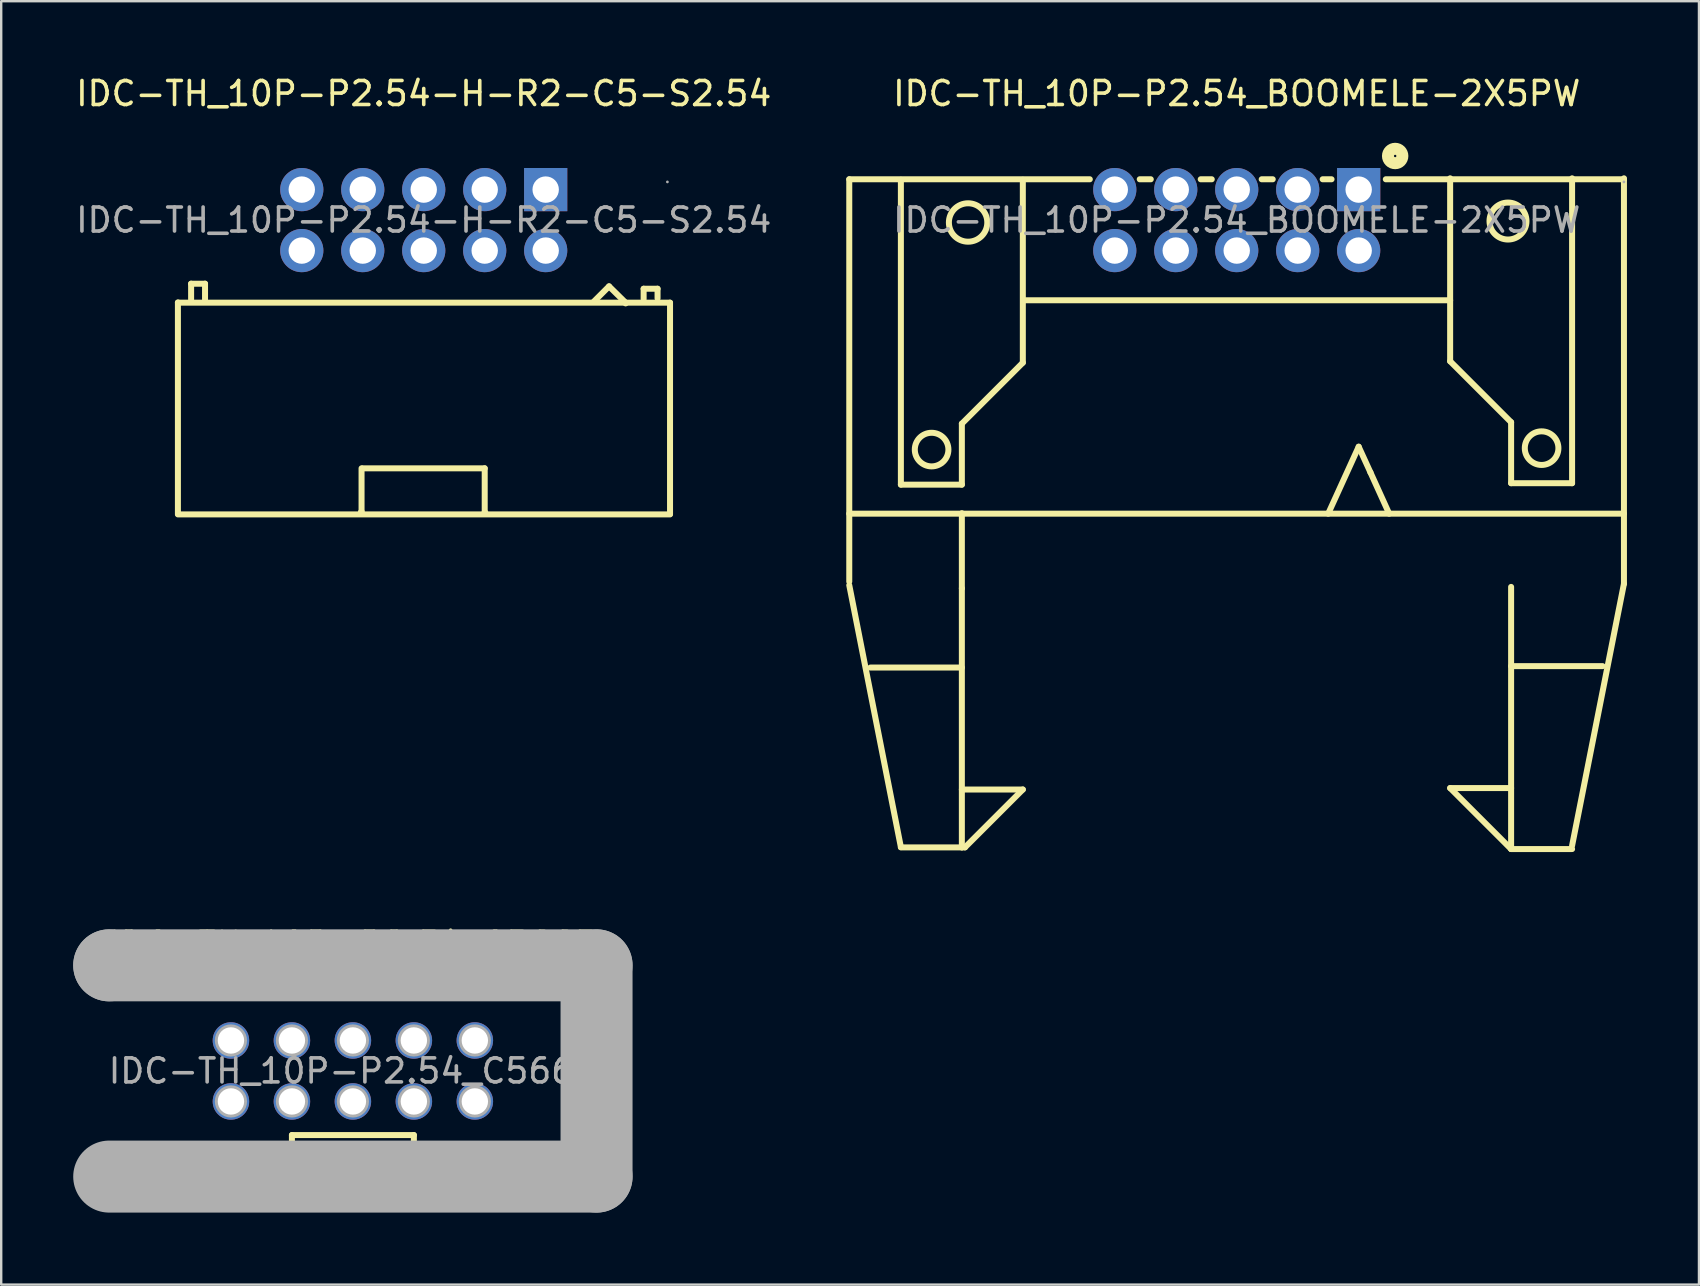
<source format=kicad_pcb>
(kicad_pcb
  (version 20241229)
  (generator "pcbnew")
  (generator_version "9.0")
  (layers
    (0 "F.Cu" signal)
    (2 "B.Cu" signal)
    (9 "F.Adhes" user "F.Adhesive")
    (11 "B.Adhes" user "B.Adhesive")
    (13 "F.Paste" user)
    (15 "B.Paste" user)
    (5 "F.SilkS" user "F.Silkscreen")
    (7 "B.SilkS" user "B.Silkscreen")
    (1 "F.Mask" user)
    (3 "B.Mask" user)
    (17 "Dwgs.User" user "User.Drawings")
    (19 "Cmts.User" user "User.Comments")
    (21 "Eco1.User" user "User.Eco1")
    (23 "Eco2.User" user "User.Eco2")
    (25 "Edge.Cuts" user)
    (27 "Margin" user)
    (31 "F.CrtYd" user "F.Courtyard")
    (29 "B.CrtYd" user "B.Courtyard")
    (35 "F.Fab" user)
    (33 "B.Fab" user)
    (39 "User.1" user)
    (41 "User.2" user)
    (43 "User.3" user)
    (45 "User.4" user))
  (footprint "IDC-TH_10P-P2.54_BOOMELE-2X5PW"
    (layer "F.Cu")
    (at 48.467 6.118)
    (property "Reference" "IDC-TH_10P-P2.54_BOOMELE-2X5PW" (at 0 -5.27 0) (layer "F.SilkS") (effects (font (size 1 1) (thickness 0.15))))
    (attr through_hole)
    (fp_line (start -16.14 -1.7) (end -6.12 -1.7) (stroke (width 0.25) (type solid)) (layer "F.SilkS"))
    (fp_line (start -16.14 12.23) (end 16.13 12.23) (stroke (width 0.25) (type solid)) (layer "F.SilkS"))
    (fp_line (start -16.14 15.06) (end -16.14 -1.7) (stroke (width 0.25) (type solid)) (layer "F.SilkS"))
    (fp_line (start -16.14 15.21) (end -13.99 26.12) (stroke (width 0.25) (type solid)) (layer "F.SilkS"))
    (fp_line (start -13.99 -1.68) (end -13.99 11.02) (stroke (width 0.25) (type solid)) (layer "F.SilkS"))
    (fp_line (start -13.99 11.02) (end -11.45 11.02) (stroke (width 0.25) (type solid)) (layer "F.SilkS"))
    (fp_line (start -13.99 26.13) (end -11.45 26.13) (stroke (width 0.25) (type solid)) (layer "F.SilkS"))
    (fp_line (start -11.45 8.48) (end -8.91 5.94) (stroke (width 0.25) (type solid)) (layer "F.SilkS"))
    (fp_line (start -11.45 11.02) (end -11.45 8.48) (stroke (width 0.25) (type solid)) (layer "F.SilkS"))
    (fp_line (start -11.45 15.34) (end -11.45 12.21) (stroke (width 0.25) (type solid)) (layer "F.SilkS"))
    (fp_line (start -11.45 18.64) (end -15.26 18.64) (stroke (width 0.25) (type solid)) (layer "F.SilkS"))
    (fp_line (start -11.45 26.13) (end -11.45 15.34) (stroke (width 0.25) (type solid)) (layer "F.SilkS"))
    (fp_line (start -11.45 26.13) (end -11.32 26.13) (stroke (width 0.25) (type solid)) (layer "F.SilkS"))
    (fp_line (start -11.32 26.13) (end -8.91 23.72) (stroke (width 0.25) (type solid)) (layer "F.SilkS"))
    (fp_line (start -8.91 5.94) (end -8.91 -1.68) (stroke (width 0.25) (type solid)) (layer "F.SilkS"))
    (fp_line (start -8.91 23.72) (end -11.45 23.72) (stroke (width 0.25) (type solid)) (layer "F.SilkS"))
    (fp_line (start -4.04 -1.7) (end -3.58 -1.7) (stroke (width 0.25) (type solid)) (layer "F.SilkS"))
    (fp_line (start -1.5 -1.7) (end -1.04 -1.7) (stroke (width 0.25) (type solid)) (layer "F.SilkS"))
    (fp_line (start 1.04 -1.7) (end 1.5 -1.7) (stroke (width 0.25) (type solid)) (layer "F.SilkS"))
    (fp_line (start 3.58 -1.7) (end 3.95 -1.7) (stroke (width 0.25) (type solid)) (layer "F.SilkS"))
    (fp_line (start 3.81 12.23) (end 5.08 9.44) (stroke (width 0.25) (type solid)) (layer "F.SilkS"))
    (fp_line (start 5.57 10.51) (end 5.08 9.44) (stroke (width 0.25) (type solid)) (layer "F.SilkS"))
    (fp_line (start 6.21 -1.7) (end 16.13 -1.7) (stroke (width 0.25) (type solid)) (layer "F.SilkS"))
    (fp_line (start 6.35 12.23) (end 5.57 10.51) (stroke (width 0.25) (type solid)) (layer "F.SilkS"))
    (fp_line (start 8.89 3.34) (end -8.89 3.34) (stroke (width 0.25) (type solid)) (layer "F.SilkS"))
    (fp_line (start 8.89 5.88) (end 8.89 -1.74) (stroke (width 0.25) (type solid)) (layer "F.SilkS"))
    (fp_line (start 8.89 23.66) (end 11.43 23.66) (stroke (width 0.25) (type solid)) (layer "F.SilkS"))
    (fp_line (start 11.43 8.42) (end 8.89 5.88) (stroke (width 0.25) (type solid)) (layer "F.SilkS"))
    (fp_line (start 11.43 10.96) (end 11.43 8.42) (stroke (width 0.25) (type solid)) (layer "F.SilkS"))
    (fp_line (start 11.43 26.2) (end 8.89 23.66) (stroke (width 0.25) (type solid)) (layer "F.SilkS"))
    (fp_line (start 11.43 26.2) (end 11.43 15.28) (stroke (width 0.25) (type solid)) (layer "F.SilkS"))
    (fp_line (start 13.97 -1.74) (end 13.97 10.96) (stroke (width 0.25) (type solid)) (layer "F.SilkS"))
    (fp_line (start 13.97 10.96) (end 11.43 10.96) (stroke (width 0.25) (type solid)) (layer "F.SilkS"))
    (fp_line (start 13.97 26.2) (end 11.43 26.2) (stroke (width 0.25) (type solid)) (layer "F.SilkS"))
    (fp_line (start 15.24 18.58) (end 11.43 18.58) (stroke (width 0.25) (type solid)) (layer "F.SilkS"))
    (fp_line (start 16.13 15.15) (end 13.97 26.06) (stroke (width 0.25) (type solid)) (layer "F.SilkS"))
    (fp_line (start 16.13 15.15) (end 16.13 -1.74) (stroke (width 0.25) (type solid)) (layer "F.SilkS"))
    (fp_circle (center -12.71 9.56) (end -12.01 9.56) (stroke (width 0.25) (type solid)) (fill no) (layer "F.SilkS"))
    (fp_circle (center -11.19 0.1) (end -10.39 0.1) (stroke (width 0.25) (type solid)) (fill no) (layer "F.SilkS"))
    (fp_circle (center 6.6 -2.67) (end 6.9 -2.67) (stroke (width 0.5) (type solid)) (fill no) (layer "F.SilkS"))
    (fp_circle (center 11.3 0.04) (end 12.07 0.04) (stroke (width 0.25) (type solid)) (fill no) (layer "F.SilkS"))
    (fp_circle (center 12.7 9.5) (end 13.4 9.5) (stroke (width 0.25) (type solid)) (fill no) (layer "F.SilkS"))
    (fp_circle (center 16.13 -1.59) (end 16.16 -1.59) (stroke (width 0.06) (type solid)) (fill no) (layer "F.Fab"))
    (fp_text user "${REFERENCE}" (at 0 0 0) (layer "F.Fab") (effects (font (size 1 1) (thickness 0.15))))
    (pad "1" thru_hole rect (at 5.08 -1.27 180) (size 1.8 1.8) (drill 1.1) (layers "*.Cu" "*.Paste" "*.Mask"))
    (pad "2" thru_hole circle (at 5.08 1.27 180) (size 1.8 1.8) (drill 1.1) (layers "*.Cu" "*.Paste" "*.Mask"))
    (pad "3" thru_hole circle (at 2.54 -1.27 180) (size 1.8 1.8) (drill 1.1) (layers "*.Cu" "*.Paste" "*.Mask"))
    (pad "4" thru_hole circle (at 2.54 1.27 180) (size 1.8 1.8) (drill 1.1) (layers "*.Cu" "*.Paste" "*.Mask"))
    (pad "5" thru_hole circle (at 0 -1.27 180) (size 1.8 1.8) (drill 1.1) (layers "*.Cu" "*.Paste" "*.Mask"))
    (pad "6" thru_hole circle (at 0 1.27 180) (size 1.8 1.8) (drill 1.1) (layers "*.Cu" "*.Paste" "*.Mask"))
    (pad "7" thru_hole circle (at -2.54 -1.27 180) (size 1.8 1.8) (drill 1.1) (layers "*.Cu" "*.Paste" "*.Mask"))
    (pad "8" thru_hole circle (at -2.54 1.27 180) (size 1.8 1.8) (drill 1.1) (layers "*.Cu" "*.Paste" "*.Mask"))
    (pad "9" thru_hole circle (at -5.08 -1.27 180) (size 1.8 1.8) (drill 1.1) (layers "*.Cu" "*.Paste" "*.Mask"))
    (pad "10" thru_hole circle (at -5.08 1.27 180) (size 1.8 1.8) (drill 1.1) (layers "*.Cu" "*.Paste" "*.Mask")))
  (footprint "IDC-TH_10P-P2.54-H-R2-C5-S2.54"
    (layer "F.Cu")
    (at 14.601 6.118)
    (property "Reference" "IDC-TH_10P-P2.54-H-R2-C5-S2.54" (at 0 -5.27 0) (layer "F.SilkS") (effects (font (size 1 1) (thickness 0.15))))
    (attr through_hole)
    (fp_line (start -10.24 3.43) (end -10.24 12.23) (stroke (width 0.25) (type solid)) (layer "F.SilkS"))
    (fp_line (start -10.24 3.44) (end 10.26 3.44) (stroke (width 0.25) (type solid)) (layer "F.SilkS"))
    (fp_line (start -10.24 12.26) (end 10.26 12.26) (stroke (width 0.25) (type solid)) (layer "F.SilkS"))
    (fp_line (start -9.69 2.65) (end -9.11 2.65) (stroke (width 0.25) (type solid)) (layer "F.SilkS"))
    (fp_line (start -9.69 3.31) (end -9.69 2.65) (stroke (width 0.25) (type solid)) (layer "F.SilkS"))
    (fp_line (start -9.11 2.65) (end -9.11 3.31) (stroke (width 0.25) (type solid)) (layer "F.SilkS"))
    (fp_line (start -2.59 10.34) (end -2.59 12.14) (stroke (width 0.25) (type solid)) (layer "F.SilkS"))
    (fp_line (start -2.59 12.14) (end -2.62 12.17) (stroke (width 0.25) (type solid)) (layer "F.SilkS"))
    (fp_line (start -2.54 10.34) (end 2.54 10.34) (stroke (width 0.25) (type solid)) (layer "F.SilkS"))
    (fp_line (start 2.54 10.34) (end 2.54 12.17) (stroke (width 0.25) (type solid)) (layer "F.SilkS"))
    (fp_line (start 2.54 12.17) (end 2.57 12.19) (stroke (width 0.25) (type solid)) (layer "F.SilkS"))
    (fp_line (start 7.09 3.39) (end 7.72 2.76) (stroke (width 0.25) (type solid)) (layer "F.SilkS"))
    (fp_line (start 7.72 2.76) (end 8.41 3.44) (stroke (width 0.25) (type solid)) (layer "F.SilkS"))
    (fp_line (start 8.41 3.44) (end 8.41 3.47) (stroke (width 0.25) (type solid)) (layer "F.SilkS"))
    (fp_line (start 9.16 2.86) (end 9.74 2.86) (stroke (width 0.25) (type solid)) (layer "F.SilkS"))
    (fp_line (start 9.16 3.29) (end 9.16 2.86) (stroke (width 0.25) (type solid)) (layer "F.SilkS"))
    (fp_line (start 9.74 2.86) (end 9.74 3.26) (stroke (width 0.25) (type solid)) (layer "F.SilkS"))
    (fp_line (start 10.26 3.44) (end 10.26 12.24) (stroke (width 0.25) (type solid)) (layer "F.SilkS"))
    (fp_circle (center 10.15 -1.59) (end 10.18 -1.59) (stroke (width 0.06) (type solid)) (fill no) (layer "F.Fab"))
    (fp_text user "${REFERENCE}" (at 0 0 0) (layer "F.Fab") (effects (font (size 1 1) (thickness 0.15))))
    (pad "1" thru_hole rect (at 5.08 -1.27) (size 1.8 1.8) (drill 1.1) (layers "*.Cu" "*.Paste" "*.Mask"))
    (pad "2" thru_hole circle (at 5.08 1.27) (size 1.8 1.8) (drill 1.1) (layers "*.Cu" "*.Paste" "*.Mask"))
    (pad "3" thru_hole circle (at 2.54 -1.27) (size 1.8 1.8) (drill 1.1) (layers "*.Cu" "*.Paste" "*.Mask"))
    (pad "4" thru_hole circle (at 2.54 1.27) (size 1.8 1.8) (drill 1.1) (layers "*.Cu" "*.Paste" "*.Mask"))
    (pad "5" thru_hole circle (at 0 -1.27) (size 1.8 1.8) (drill 1.1) (layers "*.Cu" "*.Paste" "*.Mask"))
    (pad "6" thru_hole circle (at 0 1.27) (size 1.8 1.8) (drill 1.1) (layers "*.Cu" "*.Paste" "*.Mask"))
    (pad "7" thru_hole circle (at -2.54 -1.27) (size 1.8 1.8) (drill 1.1) (layers "*.Cu" "*.Paste" "*.Mask"))
    (pad "8" thru_hole circle (at -2.54 1.27) (size 1.8 1.8) (drill 1.1) (layers "*.Cu" "*.Paste" "*.Mask"))
    (pad "9" thru_hole circle (at -5.08 -1.27) (size 1.8 1.8) (drill 1.1) (layers "*.Cu" "*.Paste" "*.Mask"))
    (pad "10" thru_hole circle (at -5.08 1.27) (size 1.8 1.8) (drill 1.1) (layers "*.Cu" "*.Paste" "*.Mask")))
  (footprint "IDC-TH_10P-P2.54_C5665"
    (layer "F.Cu")
    (at 11.65 41.562)
    (property "Reference" "IDC-TH_10P-P2.54_C5665" (at 0 -5.27 0) (layer "F.SilkS") (effects (font (size 1 1) (thickness 0.15))))
    (attr through_hole)
    (fp_line (start -2.54 2.67) (end -2.54 4.45) (stroke (width 0.25) (type solid)) (layer "F.SilkS"))
    (fp_line (start -2.54 2.67) (end 2.54 2.67) (stroke (width 0.25) (type solid)) (layer "F.SilkS"))
    (fp_line (start -2.54 4.45) (end -2.49 4.37) (stroke (width 0.25) (type solid)) (layer "F.SilkS"))
    (fp_line (start 2.54 2.67) (end 2.54 4.42) (stroke (width 0.25) (type solid)) (layer "F.SilkS"))
    (fp_line (start 2.54 4.42) (end 2.54 4.37) (stroke (width 0.25) (type solid)) (layer "F.SilkS"))
    (fp_line (start -10.15 -4.4) (end -10.15 -4.4) (stroke (width 3) (type solid)) (layer "F.Fab"))
    (fp_line (start -10.15 -4.4) (end 10.15 -4.4) (stroke (width 3) (type solid)) (layer "F.Fab"))
    (fp_line (start 10.15 -4.4) (end 10.15 4.4) (stroke (width 3) (type solid)) (layer "F.Fab"))
    (fp_line (start 10.15 4.4) (end -10.15 4.4) (stroke (width 3) (type solid)) (layer "F.Fab"))
    (fp_circle (center -10.28 4.57) (end -10.25 4.57) (stroke (width 0.06) (type solid)) (fill no) (layer "F.Fab"))
    (fp_circle (center -5.08 -1.27) (end -4.86 -1.27) (stroke (width 0.45) (type solid)) (fill no) (layer "F.Fab"))
    (fp_circle (center -5.08 1.27) (end -4.86 1.27) (stroke (width 0.45) (type solid)) (fill no) (layer "F.Fab"))
    (fp_circle (center -2.54 -1.27) (end -2.32 -1.27) (stroke (width 0.45) (type solid)) (fill no) (layer "F.Fab"))
    (fp_circle (center -2.54 1.27) (end -2.32 1.27) (stroke (width 0.45) (type solid)) (fill no) (layer "F.Fab"))
    (fp_circle (center 0 -1.27) (end 0.22 -1.27) (stroke (width 0.45) (type solid)) (fill no) (layer "F.Fab"))
    (fp_circle (center 0 1.27) (end 0.22 1.27) (stroke (width 0.45) (type solid)) (fill no) (layer "F.Fab"))
    (fp_circle (center 2.54 -1.27) (end 2.76 -1.27) (stroke (width 0.45) (type solid)) (fill no) (layer "F.Fab"))
    (fp_circle (center 2.54 1.27) (end 2.76 1.27) (stroke (width 0.45) (type solid)) (fill no) (layer "F.Fab"))
    (fp_circle (center 5.08 -1.27) (end 5.3 -1.27) (stroke (width 0.45) (type solid)) (fill no) (layer "F.Fab"))
    (fp_circle (center 5.08 1.27) (end 5.3 1.27) (stroke (width 0.45) (type solid)) (fill no) (layer "F.Fab"))
    (fp_text user "${REFERENCE}" (at 0 0 0) (layer "F.Fab") (effects (font (size 1 1) (thickness 0.15))))
    (pad "1" thru_hole circle (at -5.08 1.27) (size 1.52 1.52) (drill 1.1) (layers "*.Cu" "*.Paste" "*.Mask"))
    (pad "2" thru_hole circle (at -5.08 -1.27) (size 1.52 1.52) (drill 1.1) (layers "*.Cu" "*.Paste" "*.Mask"))
    (pad "3" thru_hole circle (at -2.54 1.27) (size 1.52 1.52) (drill 1.1) (layers "*.Cu" "*.Paste" "*.Mask"))
    (pad "4" thru_hole circle (at -2.54 -1.27) (size 1.52 1.52) (drill 1.1) (layers "*.Cu" "*.Paste" "*.Mask"))
    (pad "5" thru_hole circle (at 0 1.27) (size 1.52 1.52) (drill 1.1) (layers "*.Cu" "*.Paste" "*.Mask"))
    (pad "6" thru_hole circle (at 0 -1.27) (size 1.52 1.52) (drill 1.1) (layers "*.Cu" "*.Paste" "*.Mask"))
    (pad "7" thru_hole circle (at 2.54 1.27) (size 1.52 1.52) (drill 1.1) (layers "*.Cu" "*.Paste" "*.Mask"))
    (pad "8" thru_hole circle (at 2.54 -1.27) (size 1.52 1.52) (drill 1.1) (layers "*.Cu" "*.Paste" "*.Mask"))
    (pad "9" thru_hole circle (at 5.08 1.27) (size 1.52 1.52) (drill 1.1) (layers "*.Cu" "*.Paste" "*.Mask"))
    (pad "10" thru_hole circle (at 5.08 -1.27) (size 1.52 1.52) (drill 1.1) (layers "*.Cu" "*.Paste" "*.Mask")))
  (gr_rect
    (start -3 -3)
    (end 67.722 50.462)
    (stroke (width 0.1) (type default))
    (fill no)
    (layer "Edge.Cuts")))
</source>
